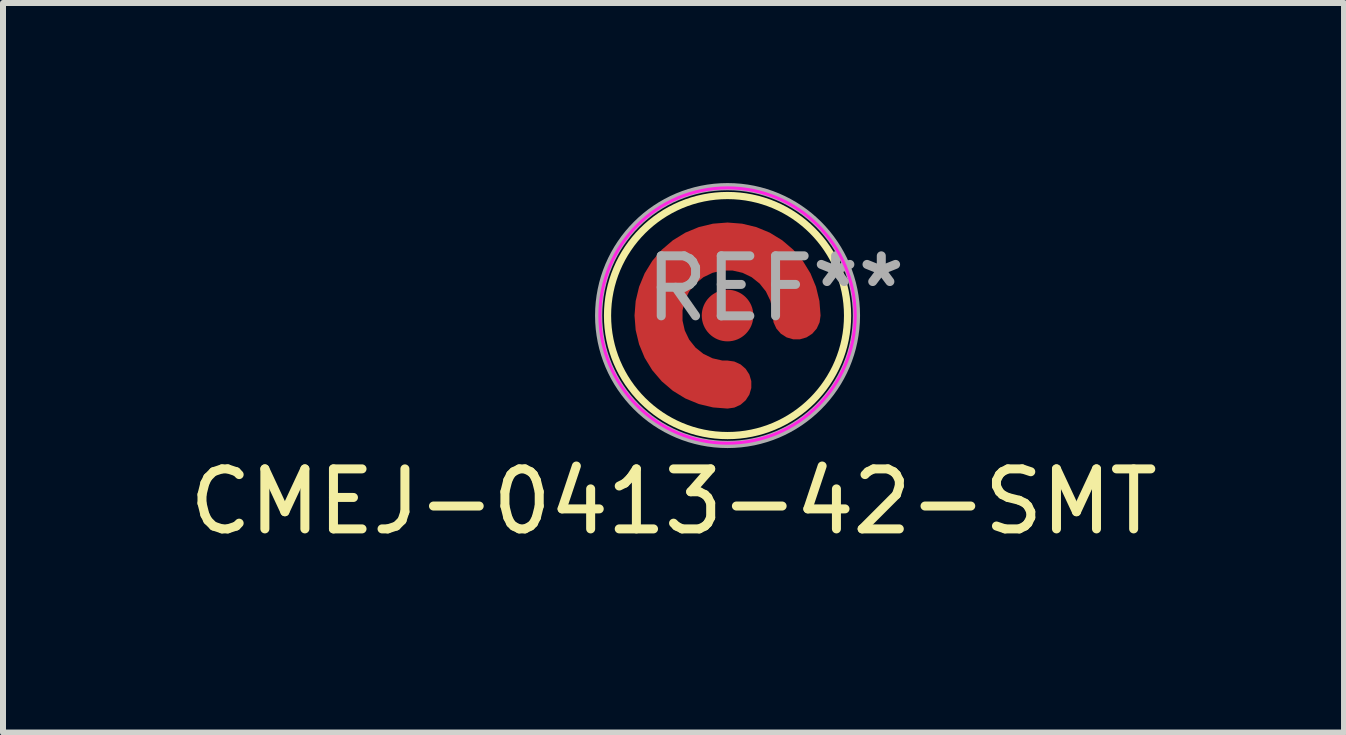
<source format=kicad_pcb>
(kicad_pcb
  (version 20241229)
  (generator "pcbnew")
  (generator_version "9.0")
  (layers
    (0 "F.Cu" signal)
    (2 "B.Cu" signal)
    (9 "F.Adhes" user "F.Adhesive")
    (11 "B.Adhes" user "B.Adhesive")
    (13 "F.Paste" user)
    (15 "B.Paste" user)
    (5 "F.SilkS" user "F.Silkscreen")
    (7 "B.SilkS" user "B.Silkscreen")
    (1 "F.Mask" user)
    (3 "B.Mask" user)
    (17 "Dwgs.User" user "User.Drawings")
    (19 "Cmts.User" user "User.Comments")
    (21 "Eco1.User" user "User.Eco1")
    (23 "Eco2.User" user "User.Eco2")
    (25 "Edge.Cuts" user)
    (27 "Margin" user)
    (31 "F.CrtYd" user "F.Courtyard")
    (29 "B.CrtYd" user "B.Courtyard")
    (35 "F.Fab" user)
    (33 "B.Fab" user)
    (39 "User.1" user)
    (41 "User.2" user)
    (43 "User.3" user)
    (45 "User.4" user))
  (footprint "CMEJ-0413-42-SMT"
    (layer "F.Cu")
    (at 9.073 2.208)
    (property "Reference" "CMEJ-0413-42-SMT" (at -0.9 3.1 0) (layer "F.SilkS") (effects (font (size 1 1) (thickness 0.15))))
    (attr through_hole)
    (fp_circle (center 0 0) (end 2 0) (stroke (width 0.12) (type solid)) (fill no) (layer "F.SilkS"))
    (fp_arc (start 0 -1.15) (mid 0.813173 -0.813173) (end 1.15 0) (stroke (width 0.6) (type solid)) (layer "F.Paste"))
    (fp_arc (start 0 1.15) (mid -0.813173 0.813173) (end -1.15 0) (stroke (width 0.6) (type solid)) (layer "F.Paste"))
    (fp_circle (center 0 0) (end 1.95 0.85) (stroke (width 0.05) (type solid)) (fill no) (layer "F.CrtYd"))
    (fp_circle (center 0 0) (end 2.1 0.45) (stroke (width 0.12) (type solid)) (fill no) (layer "F.Fab"))
    (fp_text user "REF**" (at 0.8 -0.45 0) (layer "F.Fab") (effects (font (size 1 1) (thickness 0.15))))
    (pad "1" smd custom (at 1.15 0) (size 0.5 0.5) (layers "F.Cu" "F.Mask") (options (anchor rect)) (primitives (gr_arc (start -1.15 1.15) (mid -1.963173 -0.813173) (end 0 0) (width 0.8))))
    (pad "2" smd circle (at 0 0) (size 0.86 0.86) (layers "F.Cu" "F.Mask" "F.Paste")))
  (gr_rect
    (start -3 -3)
    (end 19.345 9.156)
    (stroke (width 0.1) (type default))
    (fill no)
    (layer "Edge.Cuts")))
</source>
